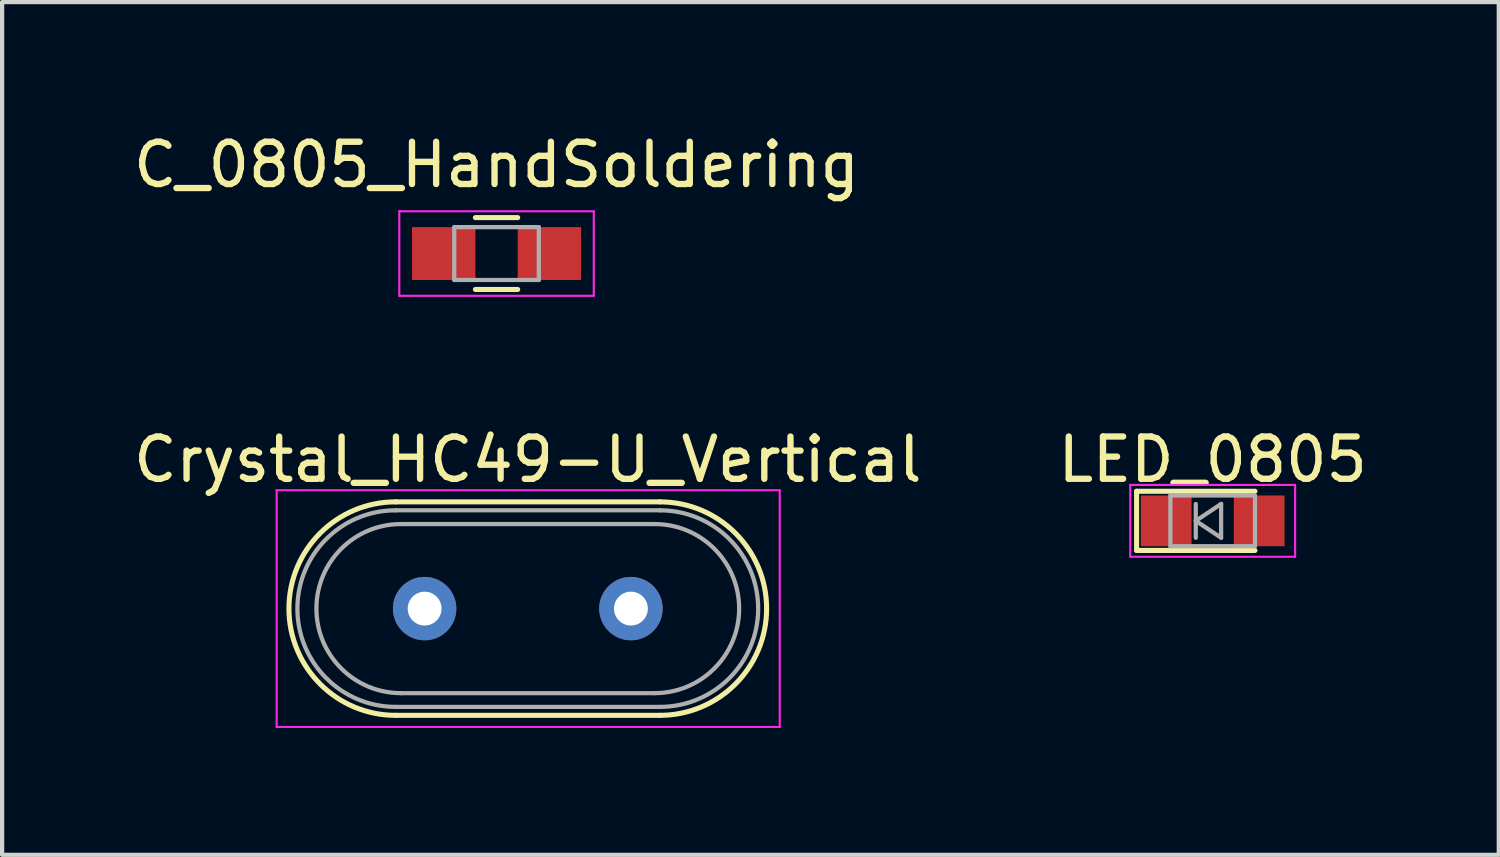
<source format=kicad_pcb>
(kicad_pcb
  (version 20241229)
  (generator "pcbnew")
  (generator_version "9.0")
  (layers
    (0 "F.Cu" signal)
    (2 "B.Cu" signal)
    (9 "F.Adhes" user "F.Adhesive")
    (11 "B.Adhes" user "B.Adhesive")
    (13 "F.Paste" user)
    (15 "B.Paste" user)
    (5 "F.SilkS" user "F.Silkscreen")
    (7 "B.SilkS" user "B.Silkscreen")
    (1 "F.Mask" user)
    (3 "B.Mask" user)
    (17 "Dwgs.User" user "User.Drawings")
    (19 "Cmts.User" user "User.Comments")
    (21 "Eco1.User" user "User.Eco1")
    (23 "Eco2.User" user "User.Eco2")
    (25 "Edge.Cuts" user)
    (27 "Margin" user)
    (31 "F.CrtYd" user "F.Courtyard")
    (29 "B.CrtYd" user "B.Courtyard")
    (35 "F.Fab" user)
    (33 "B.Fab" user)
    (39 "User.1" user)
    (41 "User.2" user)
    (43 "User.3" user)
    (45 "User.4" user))
  (footprint "Crystal_HC49-U_Vertical"
    (layer "F.Cu")
    (at 6.995 11.347)
    (property "Reference" "Crystal_HC49-U_Vertical" (at 2.44 -3.525 0) (layer "F.SilkS") (effects (font (size 1 1) (thickness 0.15))))
    (attr through_hole)
    (fp_line (start -0.685 -2.525) (end 5.565 -2.525) (stroke (width 0.12) (type solid)) (layer "F.SilkS"))
    (fp_line (start -0.685 2.525) (end 5.565 2.525) (stroke (width 0.12) (type solid)) (layer "F.SilkS"))
    (fp_arc (start -0.685 2.525) (mid -3.21 0) (end -0.685 -2.525) (stroke (width 0.12) (type solid)) (layer "F.SilkS"))
    (fp_arc (start 5.565 -2.525) (mid 8.09 0) (end 5.565 2.525) (stroke (width 0.12) (type solid)) (layer "F.SilkS"))
    (fp_line (start -3.5 -2.8) (end -3.5 2.8) (stroke (width 0.05) (type solid)) (layer "F.CrtYd"))
    (fp_line (start -3.5 2.8) (end 8.4 2.8) (stroke (width 0.05) (type solid)) (layer "F.CrtYd"))
    (fp_line (start 8.4 -2.8) (end -3.5 -2.8) (stroke (width 0.05) (type solid)) (layer "F.CrtYd"))
    (fp_line (start 8.4 2.8) (end 8.4 -2.8) (stroke (width 0.05) (type solid)) (layer "F.CrtYd"))
    (fp_line (start -0.685 -2.325) (end 5.565 -2.325) (stroke (width 0.1) (type solid)) (layer "F.Fab"))
    (fp_line (start -0.685 2.325) (end 5.565 2.325) (stroke (width 0.1) (type solid)) (layer "F.Fab"))
    (fp_line (start -0.56 -2) (end 5.44 -2) (stroke (width 0.1) (type solid)) (layer "F.Fab"))
    (fp_line (start -0.56 2) (end 5.44 2) (stroke (width 0.1) (type solid)) (layer "F.Fab"))
    (fp_arc (start -0.685 2.325) (mid -3.01 0) (end -0.685 -2.325) (stroke (width 0.1) (type solid)) (layer "F.Fab"))
    (fp_arc (start -0.56 2) (mid -2.56 0) (end -0.56 -2) (stroke (width 0.1) (type solid)) (layer "F.Fab"))
    (fp_arc (start 5.44 -2) (mid 7.44 0) (end 5.44 2) (stroke (width 0.1) (type solid)) (layer "F.Fab"))
    (fp_arc (start 5.565 -2.325) (mid 7.89 0) (end 5.565 2.325) (stroke (width 0.1) (type solid)) (layer "F.Fab"))
    (pad "1" thru_hole circle (at 0 0) (size 1.5 1.5) (drill 0.8) (layers "*.Cu" "*.Mask"))
    (pad "2" thru_hole circle (at 4.88 0) (size 1.5 1.5) (drill 0.8) (layers "*.Cu" "*.Mask")))
  (footprint "C_0805_HandSoldering"
    (layer "F.Cu")
    (at 8.696 2.948)
    (property "Reference" "C_0805_HandSoldering" (at 0 -2.1 0) (layer "F.SilkS") (effects (font (size 1 1) (thickness 0.15))))
    (attr smd)
    (fp_line (start -0.5 0.85) (end 0.5 0.85) (stroke (width 0.12) (type solid)) (layer "F.SilkS"))
    (fp_line (start 0.5 -0.85) (end -0.5 -0.85) (stroke (width 0.12) (type solid)) (layer "F.SilkS"))
    (fp_line (start -2.3 -1) (end -2.3 1) (stroke (width 0.05) (type solid)) (layer "F.CrtYd"))
    (fp_line (start -2.3 -1) (end 2.3 -1) (stroke (width 0.05) (type solid)) (layer "F.CrtYd"))
    (fp_line (start -2.3 1) (end 2.3 1) (stroke (width 0.05) (type solid)) (layer "F.CrtYd"))
    (fp_line (start 2.3 -1) (end 2.3 1) (stroke (width 0.05) (type solid)) (layer "F.CrtYd"))
    (fp_line (start -1 -0.625) (end 1 -0.625) (stroke (width 0.1) (type solid)) (layer "F.Fab"))
    (fp_line (start -1 0.625) (end -1 -0.625) (stroke (width 0.1) (type solid)) (layer "F.Fab"))
    (fp_line (start 1 -0.625) (end 1 0.625) (stroke (width 0.1) (type solid)) (layer "F.Fab"))
    (fp_line (start 1 0.625) (end -1 0.625) (stroke (width 0.1) (type solid)) (layer "F.Fab"))
    (pad "1" smd rect (at -1.25 0) (size 1.5 1.25) (layers "F.Cu" "F.Mask" "F.Paste"))
    (pad "2" smd rect (at 1.25 0) (size 1.5 1.25) (layers "F.Cu" "F.Mask" "F.Paste")))
  (footprint "LED_0805"
    (layer "F.Cu")
    (at 25.637 9.271)
    (property "Reference" "LED_0805" (at 0 -1.45 0) (layer "F.SilkS") (effects (font (size 1 1) (thickness 0.15))))
    (attr smd)
    (fp_line (start -1.8 -0.7) (end -1.8 0.7) (stroke (width 0.12) (type solid)) (layer "F.SilkS"))
    (fp_line (start -1.8 -0.7) (end 1 -0.7) (stroke (width 0.12) (type solid)) (layer "F.SilkS"))
    (fp_line (start -1.8 0.7) (end 1 0.7) (stroke (width 0.12) (type solid)) (layer "F.SilkS"))
    (fp_line (start -1.95 -0.85) (end 1.95 -0.85) (stroke (width 0.05) (type solid)) (layer "F.CrtYd"))
    (fp_line (start -1.95 0.85) (end -1.95 -0.85) (stroke (width 0.05) (type solid)) (layer "F.CrtYd"))
    (fp_line (start 1.95 -0.85) (end 1.95 0.85) (stroke (width 0.05) (type solid)) (layer "F.CrtYd"))
    (fp_line (start 1.95 0.85) (end -1.95 0.85) (stroke (width 0.05) (type solid)) (layer "F.CrtYd"))
    (fp_line (start -1 -0.6) (end 1 -0.6) (stroke (width 0.1) (type solid)) (layer "F.Fab"))
    (fp_line (start -1 0.6) (end -1 -0.6) (stroke (width 0.1) (type solid)) (layer "F.Fab"))
    (fp_line (start -0.4 -0.4) (end -0.4 0.4) (stroke (width 0.1) (type solid)) (layer "F.Fab"))
    (fp_line (start -0.4 0) (end 0.2 -0.4) (stroke (width 0.1) (type solid)) (layer "F.Fab"))
    (fp_line (start 0.2 -0.4) (end 0.2 0.4) (stroke (width 0.1) (type solid)) (layer "F.Fab"))
    (fp_line (start 0.2 0.4) (end -0.4 0) (stroke (width 0.1) (type solid)) (layer "F.Fab"))
    (fp_line (start 1 -0.6) (end 1 0.6) (stroke (width 0.1) (type solid)) (layer "F.Fab"))
    (fp_line (start 1 0.6) (end -1 0.6) (stroke (width 0.1) (type solid)) (layer "F.Fab"))
    (pad "1" smd rect (at -1.1 0 180) (size 1.2 1.2) (layers "F.Cu" "F.Mask" "F.Paste"))
    (pad "2" smd rect (at 1.1 0 180) (size 1.2 1.2) (layers "F.Cu" "F.Mask" "F.Paste")))
  (gr_rect
    (start -3 -3)
    (end 32.405 17.172)
    (stroke (width 0.1) (type default))
    (fill no)
    (layer "Edge.Cuts")))
</source>
